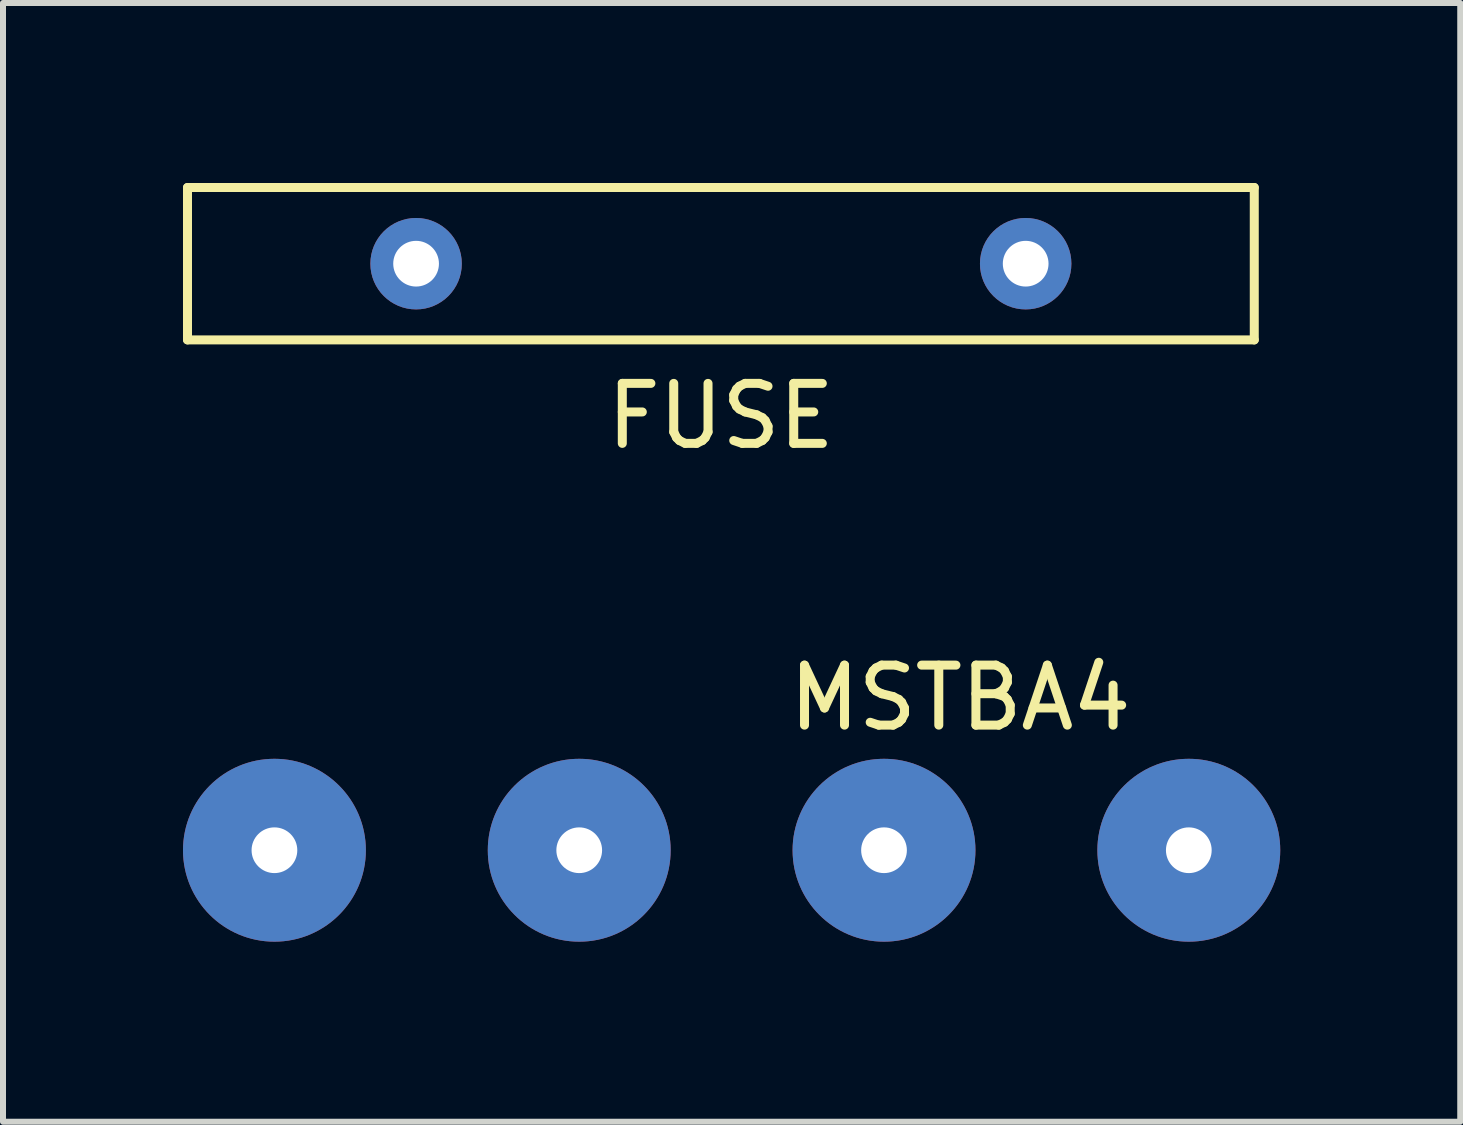
<source format=kicad_pcb>
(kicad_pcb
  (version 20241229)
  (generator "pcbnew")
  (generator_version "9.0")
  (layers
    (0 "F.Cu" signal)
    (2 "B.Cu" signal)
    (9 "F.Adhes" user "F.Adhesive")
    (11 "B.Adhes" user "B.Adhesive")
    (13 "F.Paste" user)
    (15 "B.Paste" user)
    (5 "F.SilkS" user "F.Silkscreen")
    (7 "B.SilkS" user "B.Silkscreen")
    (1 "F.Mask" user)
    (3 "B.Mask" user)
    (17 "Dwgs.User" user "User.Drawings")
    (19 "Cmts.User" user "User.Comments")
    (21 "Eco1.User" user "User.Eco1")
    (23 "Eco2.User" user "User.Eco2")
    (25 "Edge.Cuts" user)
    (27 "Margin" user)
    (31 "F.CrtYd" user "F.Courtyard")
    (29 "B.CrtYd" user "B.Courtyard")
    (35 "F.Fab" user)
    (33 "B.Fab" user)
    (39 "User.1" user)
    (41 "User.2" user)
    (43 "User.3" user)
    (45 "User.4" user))
  (footprint "FUSE"
    (layer "F.Cu")
    (at 8.965 1.345)
    (property "Reference" "FUSE" (at 0 2.54 0) (layer "F.SilkS") (effects (font (size 1 1) (thickness 0.15))))
    (attr through_hole)
    (fp_line (start -8.89 -1.27) (end 8.89 -1.27) (stroke (width 0.15) (type solid)) (layer "F.SilkS"))
    (fp_line (start -8.89 1.27) (end -8.89 -1.27) (stroke (width 0.15) (type solid)) (layer "F.SilkS"))
    (fp_line (start 8.89 -1.27) (end 8.89 1.27) (stroke (width 0.15) (type solid)) (layer "F.SilkS"))
    (fp_line (start 8.89 1.27) (end -8.89 1.27) (stroke (width 0.15) (type solid)) (layer "F.SilkS"))
    (pad "1" thru_hole circle (at -5.08 0) (size 1.524 1.524) (drill 0.762) (layers "*.Cu" "*.Mask"))
    (pad "2" thru_hole circle (at 5.08 0) (size 1.524 1.524) (drill 0.762) (layers "*.Cu" "*.Mask")))
  (footprint "MSTBA4"
    (layer "F.Cu")
    (at 9.144 11.121)
    (property "Reference" "MSTBA4" (at 3.81 -2.54 0) (layer "F.SilkS") (effects (font (size 1 1) (thickness 0.15))))
    (attr through_hole)
    (pad "1" thru_hole circle (at -7.62 0) (size 3.048 3.048) (drill 0.762) (layers "*.Cu" "*.Mask"))
    (pad "2" thru_hole circle (at -2.54 0) (size 3.048 3.048) (drill 0.762) (layers "*.Cu" "*.Mask"))
    (pad "3" thru_hole circle (at 2.54 0) (size 3.048 3.048) (drill 0.762) (layers "*.Cu" "*.Mask"))
    (pad "4" thru_hole circle (at 7.62 0) (size 3.048 3.048) (drill 0.762) (layers "*.Cu" "*.Mask")))
  (gr_rect
    (start -3 -3)
    (end 21.288 15.646)
    (stroke (width 0.1) (type default))
    (fill no)
    (layer "Edge.Cuts")))
</source>
